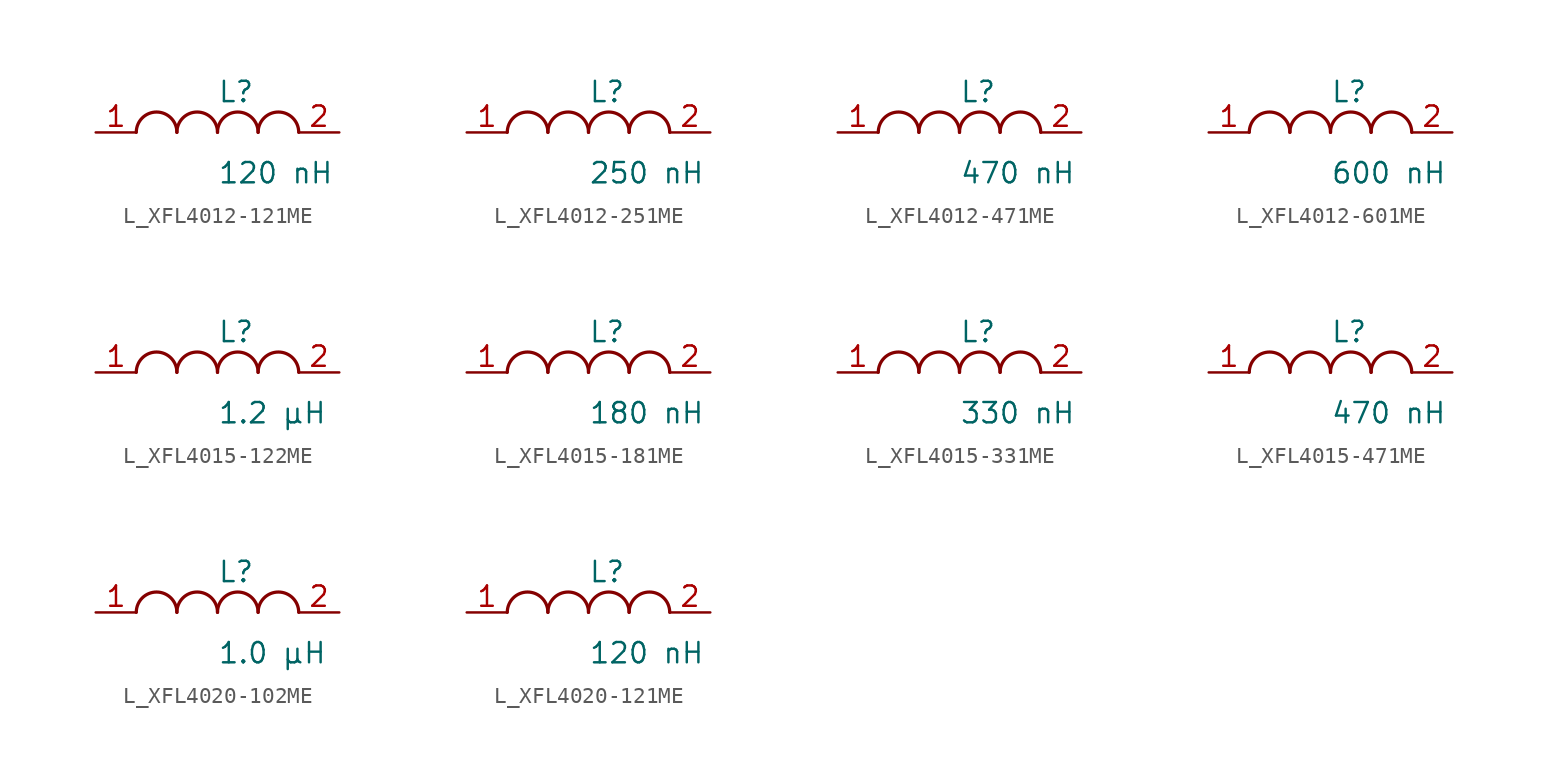
<source format=kicad_sym>
(kicad_symbol_lib
  (version 20231120)
  (generator kicad_symbol_editor)
  (generator_version 8.0)
  (symbol "L_XFL4012-121ME"
    (pin_names
      (offset 0.254))
    (property "Reference" "L"
      (at 0.0 2.54 0)
      (effects (font (size 1.27 1.27)) (justify left)))
    (property "Value" "120 nH"
      (at 0.0 -2.54 0)
      (effects (font (size 1.27 1.27)) (justify left)))
    (symbol "L_XFL4012-121ME_1_1"
      (arc (start -2.54 0.0056) (mid -3.81 1.27) (end -5.08 0.0056) (stroke (width 0.2032) (type default)) (fill (type none)))
      (arc (start 0 0.0056) (mid -1.27 1.27) (end -2.54 0.0056) (stroke (width 0.2032) (type default)) (fill (type none)))
      (arc (start 2.54 0.0056) (mid 1.27 1.27) (end 0 0.0056) (stroke (width 0.2032) (type default)) (fill (type none)))
      (arc (start 5.08 0.0056) (mid 3.81 1.27) (end 2.54 0.0056) (stroke (width 0.2032) (type default)) (fill (type none)))
      (pin unspecified line (at -7.62 0 0) (length 2.54) (name "" (effects (font (size 1.27 1.27)))) (number "1" (effects (font (size 1.27 1.27)))))
      (pin unspecified line (at 7.62 0 180) (length 2.54) (name "" (effects (font (size 1.27 1.27)))) (number "2" (effects (font (size 1.27 1.27)))))))
  (symbol "L_XFL4012-251ME"
    (pin_names
      (offset 0.254))
    (property "Reference" "L"
      (at 0.0 2.54 0)
      (effects (font (size 1.27 1.27)) (justify left)))
    (property "Value" "250 nH"
      (at 0.0 -2.54 0)
      (effects (font (size 1.27 1.27)) (justify left)))
    (symbol "L_XFL4012-251ME_1_1"
      (arc (start -2.54 0.0056) (mid -3.81 1.27) (end -5.08 0.0056) (stroke (width 0.2032) (type default)) (fill (type none)))
      (arc (start 0 0.0056) (mid -1.27 1.27) (end -2.54 0.0056) (stroke (width 0.2032) (type default)) (fill (type none)))
      (arc (start 2.54 0.0056) (mid 1.27 1.27) (end 0 0.0056) (stroke (width 0.2032) (type default)) (fill (type none)))
      (arc (start 5.08 0.0056) (mid 3.81 1.27) (end 2.54 0.0056) (stroke (width 0.2032) (type default)) (fill (type none)))
      (pin unspecified line (at -7.62 0 0) (length 2.54) (name "" (effects (font (size 1.27 1.27)))) (number "1" (effects (font (size 1.27 1.27)))))
      (pin unspecified line (at 7.62 0 180) (length 2.54) (name "" (effects (font (size 1.27 1.27)))) (number "2" (effects (font (size 1.27 1.27)))))))
  (symbol "L_XFL4012-471ME"
    (pin_names
      (offset 0.254))
    (property "Reference" "L"
      (at 0.0 2.54 0)
      (effects (font (size 1.27 1.27)) (justify left)))
    (property "Value" "470 nH"
      (at 0.0 -2.54 0)
      (effects (font (size 1.27 1.27)) (justify left)))
    (symbol "L_XFL4012-471ME_1_1"
      (arc (start -2.54 0.0056) (mid -3.81 1.27) (end -5.08 0.0056) (stroke (width 0.2032) (type default)) (fill (type none)))
      (arc (start 0 0.0056) (mid -1.27 1.27) (end -2.54 0.0056) (stroke (width 0.2032) (type default)) (fill (type none)))
      (arc (start 2.54 0.0056) (mid 1.27 1.27) (end 0 0.0056) (stroke (width 0.2032) (type default)) (fill (type none)))
      (arc (start 5.08 0.0056) (mid 3.81 1.27) (end 2.54 0.0056) (stroke (width 0.2032) (type default)) (fill (type none)))
      (pin unspecified line (at -7.62 0 0) (length 2.54) (name "" (effects (font (size 1.27 1.27)))) (number "1" (effects (font (size 1.27 1.27)))))
      (pin unspecified line (at 7.62 0 180) (length 2.54) (name "" (effects (font (size 1.27 1.27)))) (number "2" (effects (font (size 1.27 1.27)))))))
  (symbol "L_XFL4012-601ME"
    (pin_names
      (offset 0.254))
    (property "Reference" "L"
      (at 0.0 2.54 0)
      (effects (font (size 1.27 1.27)) (justify left)))
    (property "Value" "600 nH"
      (at 0.0 -2.54 0)
      (effects (font (size 1.27 1.27)) (justify left)))
    (symbol "L_XFL4012-601ME_1_1"
      (arc (start -2.54 0.0056) (mid -3.81 1.27) (end -5.08 0.0056) (stroke (width 0.2032) (type default)) (fill (type none)))
      (arc (start 0 0.0056) (mid -1.27 1.27) (end -2.54 0.0056) (stroke (width 0.2032) (type default)) (fill (type none)))
      (arc (start 2.54 0.0056) (mid 1.27 1.27) (end 0 0.0056) (stroke (width 0.2032) (type default)) (fill (type none)))
      (arc (start 5.08 0.0056) (mid 3.81 1.27) (end 2.54 0.0056) (stroke (width 0.2032) (type default)) (fill (type none)))
      (pin unspecified line (at -7.62 0 0) (length 2.54) (name "" (effects (font (size 1.27 1.27)))) (number "1" (effects (font (size 1.27 1.27)))))
      (pin unspecified line (at 7.62 0 180) (length 2.54) (name "" (effects (font (size 1.27 1.27)))) (number "2" (effects (font (size 1.27 1.27)))))))
  (symbol "L_XFL4015-122ME"
    (pin_names
      (offset 0.254))
    (property "Reference" "L"
      (at 0.0 2.54 0)
      (effects (font (size 1.27 1.27)) (justify left)))
    (property "Value" "1.2 µH"
      (at 0.0 -2.54 0)
      (effects (font (size 1.27 1.27)) (justify left)))
    (symbol "L_XFL4015-122ME_1_1"
      (arc (start -2.54 0.0056) (mid -3.81 1.27) (end -5.08 0.0056) (stroke (width 0.2032) (type default)) (fill (type none)))
      (arc (start 0 0.0056) (mid -1.27 1.27) (end -2.54 0.0056) (stroke (width 0.2032) (type default)) (fill (type none)))
      (arc (start 2.54 0.0056) (mid 1.27 1.27) (end 0 0.0056) (stroke (width 0.2032) (type default)) (fill (type none)))
      (arc (start 5.08 0.0056) (mid 3.81 1.27) (end 2.54 0.0056) (stroke (width 0.2032) (type default)) (fill (type none)))
      (pin unspecified line (at -7.62 0 0) (length 2.54) (name "" (effects (font (size 1.27 1.27)))) (number "1" (effects (font (size 1.27 1.27)))))
      (pin unspecified line (at 7.62 0 180) (length 2.54) (name "" (effects (font (size 1.27 1.27)))) (number "2" (effects (font (size 1.27 1.27)))))))
  (symbol "L_XFL4015-181ME"
    (pin_names
      (offset 0.254))
    (property "Reference" "L"
      (at 0.0 2.54 0)
      (effects (font (size 1.27 1.27)) (justify left)))
    (property "Value" "180 nH"
      (at 0.0 -2.54 0)
      (effects (font (size 1.27 1.27)) (justify left)))
    (symbol "L_XFL4015-181ME_1_1"
      (arc (start -2.54 0.0056) (mid -3.81 1.27) (end -5.08 0.0056) (stroke (width 0.2032) (type default)) (fill (type none)))
      (arc (start 0 0.0056) (mid -1.27 1.27) (end -2.54 0.0056) (stroke (width 0.2032) (type default)) (fill (type none)))
      (arc (start 2.54 0.0056) (mid 1.27 1.27) (end 0 0.0056) (stroke (width 0.2032) (type default)) (fill (type none)))
      (arc (start 5.08 0.0056) (mid 3.81 1.27) (end 2.54 0.0056) (stroke (width 0.2032) (type default)) (fill (type none)))
      (pin unspecified line (at -7.62 0 0) (length 2.54) (name "" (effects (font (size 1.27 1.27)))) (number "1" (effects (font (size 1.27 1.27)))))
      (pin unspecified line (at 7.62 0 180) (length 2.54) (name "" (effects (font (size 1.27 1.27)))) (number "2" (effects (font (size 1.27 1.27)))))))
  (symbol "L_XFL4015-331ME"
    (pin_names
      (offset 0.254))
    (property "Reference" "L"
      (at 0.0 2.54 0)
      (effects (font (size 1.27 1.27)) (justify left)))
    (property "Value" "330 nH"
      (at 0.0 -2.54 0)
      (effects (font (size 1.27 1.27)) (justify left)))
    (symbol "L_XFL4015-331ME_1_1"
      (arc (start -2.54 0.0056) (mid -3.81 1.27) (end -5.08 0.0056) (stroke (width 0.2032) (type default)) (fill (type none)))
      (arc (start 0 0.0056) (mid -1.27 1.27) (end -2.54 0.0056) (stroke (width 0.2032) (type default)) (fill (type none)))
      (arc (start 2.54 0.0056) (mid 1.27 1.27) (end 0 0.0056) (stroke (width 0.2032) (type default)) (fill (type none)))
      (arc (start 5.08 0.0056) (mid 3.81 1.27) (end 2.54 0.0056) (stroke (width 0.2032) (type default)) (fill (type none)))
      (pin unspecified line (at -7.62 0 0) (length 2.54) (name "" (effects (font (size 1.27 1.27)))) (number "1" (effects (font (size 1.27 1.27)))))
      (pin unspecified line (at 7.62 0 180) (length 2.54) (name "" (effects (font (size 1.27 1.27)))) (number "2" (effects (font (size 1.27 1.27)))))))
  (symbol "L_XFL4015-471ME"
    (pin_names
      (offset 0.254))
    (property "Reference" "L"
      (at 0.0 2.54 0)
      (effects (font (size 1.27 1.27)) (justify left)))
    (property "Value" "470 nH"
      (at 0.0 -2.54 0)
      (effects (font (size 1.27 1.27)) (justify left)))
    (symbol "L_XFL4015-471ME_1_1"
      (arc (start -2.54 0.0056) (mid -3.81 1.27) (end -5.08 0.0056) (stroke (width 0.2032) (type default)) (fill (type none)))
      (arc (start 0 0.0056) (mid -1.27 1.27) (end -2.54 0.0056) (stroke (width 0.2032) (type default)) (fill (type none)))
      (arc (start 2.54 0.0056) (mid 1.27 1.27) (end 0 0.0056) (stroke (width 0.2032) (type default)) (fill (type none)))
      (arc (start 5.08 0.0056) (mid 3.81 1.27) (end 2.54 0.0056) (stroke (width 0.2032) (type default)) (fill (type none)))
      (pin unspecified line (at -7.62 0 0) (length 2.54) (name "" (effects (font (size 1.27 1.27)))) (number "1" (effects (font (size 1.27 1.27)))))
      (pin unspecified line (at 7.62 0 180) (length 2.54) (name "" (effects (font (size 1.27 1.27)))) (number "2" (effects (font (size 1.27 1.27)))))))
  (symbol "L_XFL4020-102ME"
    (pin_names
      (offset 0.254))
    (property "Reference" "L"
      (at 0.0 2.54 0)
      (effects (font (size 1.27 1.27)) (justify left)))
    (property "Value" "1.0 µH"
      (at 0.0 -2.54 0)
      (effects (font (size 1.27 1.27)) (justify left)))
    (symbol "L_XFL4020-102ME_1_1"
      (arc (start -2.54 0.0056) (mid -3.81 1.27) (end -5.08 0.0056) (stroke (width 0.2032) (type default)) (fill (type none)))
      (arc (start 0 0.0056) (mid -1.27 1.27) (end -2.54 0.0056) (stroke (width 0.2032) (type default)) (fill (type none)))
      (arc (start 2.54 0.0056) (mid 1.27 1.27) (end 0 0.0056) (stroke (width 0.2032) (type default)) (fill (type none)))
      (arc (start 5.08 0.0056) (mid 3.81 1.27) (end 2.54 0.0056) (stroke (width 0.2032) (type default)) (fill (type none)))
      (pin unspecified line (at -7.62 0 0) (length 2.54) (name "" (effects (font (size 1.27 1.27)))) (number "1" (effects (font (size 1.27 1.27)))))
      (pin unspecified line (at 7.62 0 180) (length 2.54) (name "" (effects (font (size 1.27 1.27)))) (number "2" (effects (font (size 1.27 1.27)))))))
  (symbol "L_XFL4020-121ME"
    (pin_names
      (offset 0.254))
    (property "Reference" "L"
      (at 0.0 2.54 0)
      (effects (font (size 1.27 1.27)) (justify left)))
    (property "Value" "120 nH"
      (at 0.0 -2.54 0)
      (effects (font (size 1.27 1.27)) (justify left)))
    (symbol "L_XFL4020-121ME_1_1"
      (arc (start -2.54 0.0056) (mid -3.81 1.27) (end -5.08 0.0056) (stroke (width 0.2032) (type default)) (fill (type none)))
      (arc (start 0 0.0056) (mid -1.27 1.27) (end -2.54 0.0056) (stroke (width 0.2032) (type default)) (fill (type none)))
      (arc (start 2.54 0.0056) (mid 1.27 1.27) (end 0 0.0056) (stroke (width 0.2032) (type default)) (fill (type none)))
      (arc (start 5.08 0.0056) (mid 3.81 1.27) (end 2.54 0.0056) (stroke (width 0.2032) (type default)) (fill (type none)))
      (pin unspecified line (at -7.62 0 0) (length 2.54) (name "" (effects (font (size 1.27 1.27)))) (number "1" (effects (font (size 1.27 1.27)))))
      (pin unspecified line (at 7.62 0 180) (length 2.54) (name "" (effects (font (size 1.27 1.27)))) (number "2" (effects (font (size 1.27 1.27))))))))
</source>
